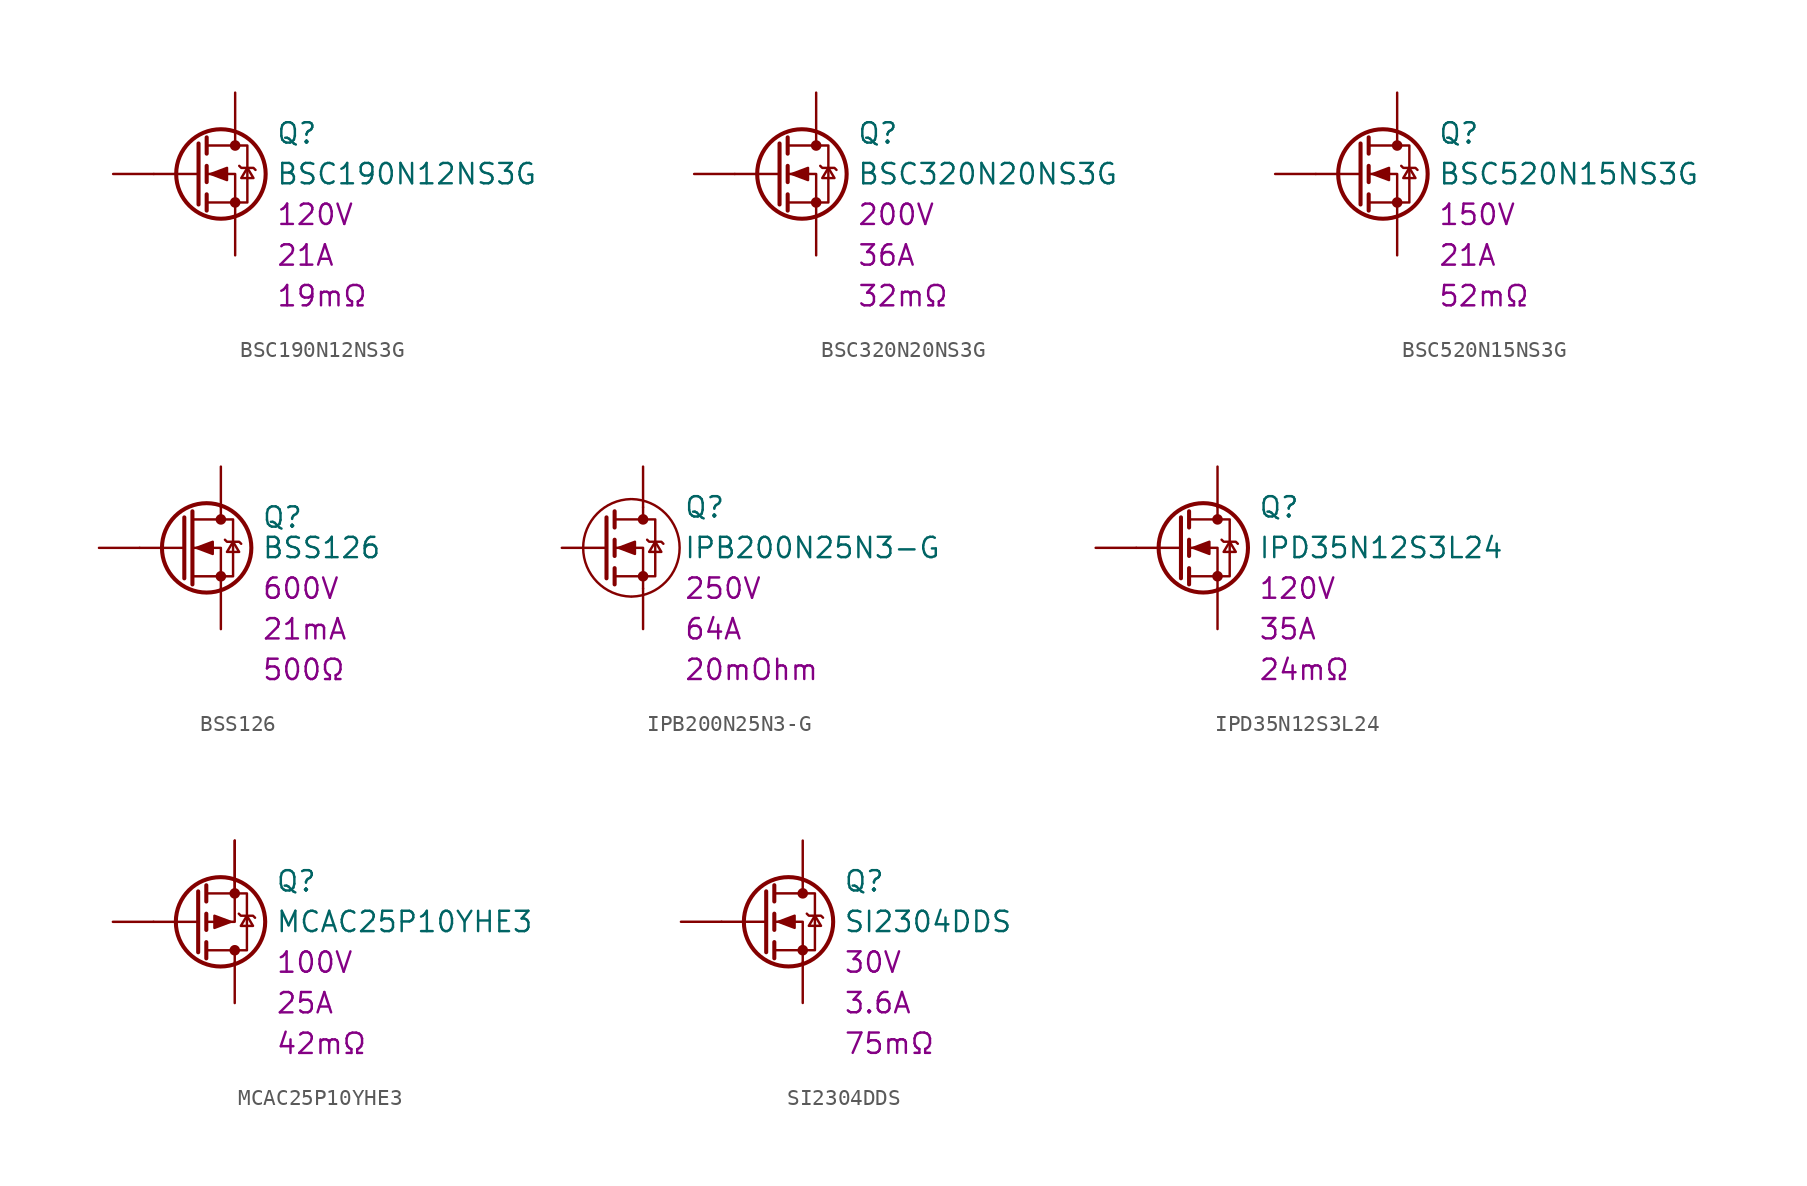
<source format=kicad_sym>
(kicad_symbol_lib
  (version 20220914)
  (generator kicad_symbol_editor)
  (symbol "BSC190N12NS3G"
    (pin_numbers hide)
    (pin_names hide)
    (property "Reference" "Q"
      (at 5.08 2.54 0)
      (effects (font (size 1.27 1.27)) (justify left)))
    (property "Value" "BSC190N12NS3G"
      (at 5.08 0 0)
      (effects (font (size 1.27 1.27)) (justify left)))
    (property "Voltage" "120V"
      (at 5.08 -2.54 0)
      (effects (font (size 1.27 1.27)) (justify left)))
    (property "Current" "21A"
      (at 5.08 -5.08 0)
      (effects (font (size 1.27 1.27)) (justify left)))
    (property "Rds_on" "19mΩ"
      (at 5.08 -7.62 0)
      (effects (font (size 1.27 1.27)) (justify left)))
    (symbol "BSC190N12NS3G_0_0"
      (text "" (at -5.08 -7.62 0) (effects (font (size 1.27 1.27)))))
    (symbol "BSC190N12NS3G_0_1"
      (polyline (pts (xy 0.254 0) (xy -2.54 0)) (stroke (width 0) (type default)) (fill (type none)))
      (polyline (pts (xy 0.254 1.905) (xy 0.254 -1.905)) (stroke (width 0.254) (type default)) (fill (type none)))
      (polyline (pts (xy 0.762 -1.27) (xy 0.762 -2.286)) (stroke (width 0.254) (type default)) (fill (type none)))
      (polyline (pts (xy 0.762 0.508) (xy 0.762 -0.508)) (stroke (width 0.254) (type default)) (fill (type none)))
      (polyline (pts (xy 0.762 2.286) (xy 0.762 1.27)) (stroke (width 0.254) (type default)) (fill (type none)))
      (polyline (pts (xy 2.54 2.54) (xy 2.54 1.778)) (stroke (width 0) (type default)) (fill (type none)))
      (polyline (pts (xy 2.54 -2.54) (xy 2.54 0) (xy 0.762 0)) (stroke (width 0) (type default)) (fill (type none)))
      (polyline (pts (xy 0.762 -1.778) (xy 3.302 -1.778) (xy 3.302 1.778) (xy 0.762 1.778)) (stroke (width 0) (type default)) (fill (type none)))
      (polyline (pts (xy 1.016 0) (xy 2.032 0.381) (xy 2.032 -0.381) (xy 1.016 0)) (stroke (width 0) (type default)) (fill (type outline)))
      (polyline (pts (xy 2.794 0.508) (xy 2.921 0.381) (xy 3.683 0.381) (xy 3.81 0.254)) (stroke (width 0) (type default)) (fill (type none)))
      (polyline (pts (xy 3.302 0.381) (xy 2.921 -0.254) (xy 3.683 -0.254) (xy 3.302 0.381)) (stroke (width 0) (type default)) (fill (type none)))
      (circle (center 1.651 0) (radius 2.794) (stroke (width 0.254) (type default)) (fill (type none)))
      (circle (center 2.54 -1.778) (radius 0.254) (stroke (width 0) (type default)) (fill (type outline)))
      (circle (center 2.54 1.778) (radius 0.254) (stroke (width 0) (type default)) (fill (type outline))))
    (symbol "BSC190N12NS3G_1_1"
      (pin input line (at -5.08 0 0) (length 2.54) (name "G" (effects (font (size 1.27 1.27)))) (number "1" (effects (font (size 1.27 1.27)))))
      (pin passive line (at 2.54 -5.08 90) (length 2.54) (name "S" (effects (font (size 1.27 1.27)))) (number "2" (effects (font (size 1.27 1.27)))))
      (pin passive line (at 2.54 5.08 270) (length 2.54) (name "D" (effects (font (size 1.27 1.27)))) (number "3" (effects (font (size 1.27 1.27)))))))
  (symbol "BSC320N20NS3G"
    (pin_numbers hide)
    (pin_names hide)
    (property "Reference" "Q"
      (at 5.08 2.54 0)
      (effects (font (size 1.27 1.27)) (justify left)))
    (property "Value" "BSC320N20NS3G"
      (at 5.08 0 0)
      (effects (font (size 1.27 1.27)) (justify left)))
    (property "Voltage" "200V"
      (at 5.08 -2.54 0)
      (effects (font (size 1.27 1.27)) (justify left)))
    (property "Current" "36A"
      (at 5.08 -5.08 0)
      (effects (font (size 1.27 1.27)) (justify left)))
    (property "Rds_on" "32mΩ"
      (at 5.08 -7.62 0)
      (effects (font (size 1.27 1.27)) (justify left)))
    (symbol "BSC320N20NS3G_0_0"
      (text "" (at -5.08 -7.62 0) (effects (font (size 1.27 1.27)))))
    (symbol "BSC320N20NS3G_0_1"
      (polyline (pts (xy 0.254 0) (xy -2.54 0)) (stroke (width 0) (type default)) (fill (type none)))
      (polyline (pts (xy 0.254 1.905) (xy 0.254 -1.905)) (stroke (width 0.254) (type default)) (fill (type none)))
      (polyline (pts (xy 0.762 -1.27) (xy 0.762 -2.286)) (stroke (width 0.254) (type default)) (fill (type none)))
      (polyline (pts (xy 0.762 0.508) (xy 0.762 -0.508)) (stroke (width 0.254) (type default)) (fill (type none)))
      (polyline (pts (xy 0.762 2.286) (xy 0.762 1.27)) (stroke (width 0.254) (type default)) (fill (type none)))
      (polyline (pts (xy 2.54 2.54) (xy 2.54 1.778)) (stroke (width 0) (type default)) (fill (type none)))
      (polyline (pts (xy 2.54 -2.54) (xy 2.54 0) (xy 0.762 0)) (stroke (width 0) (type default)) (fill (type none)))
      (polyline (pts (xy 0.762 -1.778) (xy 3.302 -1.778) (xy 3.302 1.778) (xy 0.762 1.778)) (stroke (width 0) (type default)) (fill (type none)))
      (polyline (pts (xy 1.016 0) (xy 2.032 0.381) (xy 2.032 -0.381) (xy 1.016 0)) (stroke (width 0) (type default)) (fill (type outline)))
      (polyline (pts (xy 2.794 0.508) (xy 2.921 0.381) (xy 3.683 0.381) (xy 3.81 0.254)) (stroke (width 0) (type default)) (fill (type none)))
      (polyline (pts (xy 3.302 0.381) (xy 2.921 -0.254) (xy 3.683 -0.254) (xy 3.302 0.381)) (stroke (width 0) (type default)) (fill (type none)))
      (circle (center 1.651 0) (radius 2.794) (stroke (width 0.254) (type default)) (fill (type none)))
      (circle (center 2.54 -1.778) (radius 0.254) (stroke (width 0) (type default)) (fill (type outline)))
      (circle (center 2.54 1.778) (radius 0.254) (stroke (width 0) (type default)) (fill (type outline))))
    (symbol "BSC320N20NS3G_1_1"
      (pin input line (at -5.08 0 0) (length 2.54) (name "G" (effects (font (size 1.27 1.27)))) (number "1" (effects (font (size 1.27 1.27)))))
      (pin passive line (at 2.54 -5.08 90) (length 2.54) (name "S" (effects (font (size 1.27 1.27)))) (number "2" (effects (font (size 1.27 1.27)))))
      (pin passive line (at 2.54 5.08 270) (length 2.54) (name "D" (effects (font (size 1.27 1.27)))) (number "3" (effects (font (size 1.27 1.27)))))))
  (symbol "BSC520N15NS3G"
    (pin_numbers hide)
    (pin_names hide)
    (property "Reference" "Q"
      (at 5.08 2.54 0)
      (effects (font (size 1.27 1.27)) (justify left)))
    (property "Value" "BSC520N15NS3G"
      (at 5.08 0 0)
      (effects (font (size 1.27 1.27)) (justify left)))
    (property "Voltage" "150V"
      (at 5.08 -2.54 0)
      (effects (font (size 1.27 1.27)) (justify left)))
    (property "Current" "21A"
      (at 5.08 -5.08 0)
      (effects (font (size 1.27 1.27)) (justify left)))
    (property "Rds_on" "52mΩ"
      (at 5.08 -7.62 0)
      (effects (font (size 1.27 1.27)) (justify left)))
    (symbol "BSC520N15NS3G_0_0"
      (text "" (at -5.08 -7.62 0) (effects (font (size 1.27 1.27)))))
    (symbol "BSC520N15NS3G_0_1"
      (polyline (pts (xy 0.254 0) (xy -2.54 0)) (stroke (width 0) (type default)) (fill (type none)))
      (polyline (pts (xy 0.254 1.905) (xy 0.254 -1.905)) (stroke (width 0.254) (type default)) (fill (type none)))
      (polyline (pts (xy 0.762 -1.27) (xy 0.762 -2.286)) (stroke (width 0.254) (type default)) (fill (type none)))
      (polyline (pts (xy 0.762 0.508) (xy 0.762 -0.508)) (stroke (width 0.254) (type default)) (fill (type none)))
      (polyline (pts (xy 0.762 2.286) (xy 0.762 1.27)) (stroke (width 0.254) (type default)) (fill (type none)))
      (polyline (pts (xy 2.54 2.54) (xy 2.54 1.778)) (stroke (width 0) (type default)) (fill (type none)))
      (polyline (pts (xy 2.54 -2.54) (xy 2.54 0) (xy 0.762 0)) (stroke (width 0) (type default)) (fill (type none)))
      (polyline (pts (xy 0.762 -1.778) (xy 3.302 -1.778) (xy 3.302 1.778) (xy 0.762 1.778)) (stroke (width 0) (type default)) (fill (type none)))
      (polyline (pts (xy 1.016 0) (xy 2.032 0.381) (xy 2.032 -0.381) (xy 1.016 0)) (stroke (width 0) (type default)) (fill (type outline)))
      (polyline (pts (xy 2.794 0.508) (xy 2.921 0.381) (xy 3.683 0.381) (xy 3.81 0.254)) (stroke (width 0) (type default)) (fill (type none)))
      (polyline (pts (xy 3.302 0.381) (xy 2.921 -0.254) (xy 3.683 -0.254) (xy 3.302 0.381)) (stroke (width 0) (type default)) (fill (type none)))
      (circle (center 1.651 0) (radius 2.794) (stroke (width 0.254) (type default)) (fill (type none)))
      (circle (center 2.54 -1.778) (radius 0.254) (stroke (width 0) (type default)) (fill (type outline)))
      (circle (center 2.54 1.778) (radius 0.254) (stroke (width 0) (type default)) (fill (type outline))))
    (symbol "BSC520N15NS3G_1_1"
      (pin input line (at -5.08 0 0) (length 2.54) (name "G" (effects (font (size 1.27 1.27)))) (number "1" (effects (font (size 1.27 1.27)))))
      (pin passive line (at 2.54 -5.08 90) (length 2.54) (name "S" (effects (font (size 1.27 1.27)))) (number "2" (effects (font (size 1.27 1.27)))))
      (pin passive line (at 2.54 5.08 270) (length 2.54) (name "D" (effects (font (size 1.27 1.27)))) (number "3" (effects (font (size 1.27 1.27)))))))
  (symbol "BSS126"
    (pin_numbers hide)
    (pin_names
      (offset 0) hide)
    (property "Reference" "Q"
      (at 5.08 1.905 0)
      (effects (font (size 1.27 1.27)) (justify left)))
    (property "Value" "BSS126"
      (at 5.08 0 0)
      (effects (font (size 1.27 1.27)) (justify left)))
    (property "Voltage" "600V"
      (at 5.08 -2.54 0)
      (effects (font (size 1.27 1.27)) (justify left)))
    (property "Current" "21mA"
      (at 5.08 -5.08 0)
      (effects (font (size 1.27 1.27)) (justify left)))
    (property "Rds_on" "500Ω"
      (at 5.08 -7.62 0)
      (effects (font (size 1.27 1.27)) (justify left)))
    (symbol "BSS126_0_1"
      (polyline (pts (xy 0.254 0) (xy -2.54 0)) (stroke (width 0) (type default)) (fill (type none)))
      (polyline (pts (xy 0.254 1.905) (xy 0.254 -1.905)) (stroke (width 0.254) (type default)) (fill (type none)))
      (polyline (pts (xy 0.762 2.286) (xy 0.762 -2.286)) (stroke (width 0.254) (type default)) (fill (type none)))
      (polyline (pts (xy 2.54 2.54) (xy 2.54 1.778)) (stroke (width 0) (type default)) (fill (type none)))
      (polyline (pts (xy 2.54 -2.54) (xy 2.54 0) (xy 0.762 0)) (stroke (width 0) (type default)) (fill (type none)))
      (polyline (pts (xy 0.762 -1.778) (xy 3.302 -1.778) (xy 3.302 1.778) (xy 0.762 1.778)) (stroke (width 0) (type default)) (fill (type none)))
      (polyline (pts (xy 1.016 0) (xy 2.032 0.381) (xy 2.032 -0.381) (xy 1.016 0)) (stroke (width 0) (type default)) (fill (type outline)))
      (polyline (pts (xy 2.794 0.508) (xy 2.921 0.381) (xy 3.683 0.381) (xy 3.81 0.254)) (stroke (width 0) (type default)) (fill (type none)))
      (polyline (pts (xy 3.302 0.381) (xy 2.921 -0.254) (xy 3.683 -0.254) (xy 3.302 0.381)) (stroke (width 0) (type default)) (fill (type none)))
      (circle (center 1.651 0) (radius 2.794) (stroke (width 0.254) (type default)) (fill (type none)))
      (circle (center 2.54 -1.778) (radius 0.254) (stroke (width 0) (type default)) (fill (type outline)))
      (circle (center 2.54 1.778) (radius 0.254) (stroke (width 0) (type default)) (fill (type outline))))
    (symbol "BSS126_1_1"
      (pin input line (at -5.08 0 0) (length 2.54) (name "G" (effects (font (size 1.27 1.27)))) (number "1" (effects (font (size 1.27 1.27)))))
      (pin passive line (at 2.54 -5.08 90) (length 2.54) (name "S" (effects (font (size 1.27 1.27)))) (number "2" (effects (font (size 1.27 1.27)))))
      (pin passive line (at 2.54 5.08 270) (length 2.54) (name "D" (effects (font (size 1.27 1.27)))) (number "3" (effects (font (size 1.27 1.27)))))))
  (symbol "IPB200N25N3-G"
    (pin_numbers hide)
    (pin_names hide)
    (property "Reference" "Q"
      (at 5.08 2.54 0)
      (effects (font (size 1.27 1.27)) (justify left)))
    (property "Value" "IPB200N25N3-G"
      (at 5.08 0 0)
      (effects (font (size 1.27 1.27)) (justify left)))
    (property "Voltage" "250V"
      (at 5.08 -2.54 0)
      (effects (font (size 1.27 1.27)) (justify left)))
    (property "Current" "64A"
      (at 5.08 -5.08 0)
      (effects (font (size 1.27 1.27)) (justify left)))
    (property "Rds_on" "20mOhm"
      (at 5.08 -7.62 0)
      (effects (font (size 1.27 1.27)) (justify left)))
    (symbol "IPB200N25N3-G_0_0"
      (text "" (at -5.08 -7.62 0) (effects (font (size 1.27 1.27)))))
    (symbol "IPB200N25N3-G_0_1"
      (polyline (pts (xy 0.254 1.905) (xy 0.254 -1.905)) (stroke (width 0.254) (type default)) (fill (type none)))
      (polyline (pts (xy 0.762 -1.27) (xy 0.762 -2.286)) (stroke (width 0.254) (type default)) (fill (type none)))
      (polyline (pts (xy 0.762 0.508) (xy 0.762 -0.508)) (stroke (width 0.254) (type default)) (fill (type none)))
      (polyline (pts (xy 0.762 2.286) (xy 0.762 1.27)) (stroke (width 0.254) (type default)) (fill (type none)))
      (polyline (pts (xy 2.54 2.54) (xy 2.54 1.778)) (stroke (width 0) (type default)) (fill (type none)))
      (polyline (pts (xy 2.54 -2.54) (xy 2.54 0) (xy 0.762 0)) (stroke (width 0) (type default)) (fill (type none)))
      (polyline (pts (xy 0.762 -1.778) (xy 3.302 -1.778) (xy 3.302 1.778) (xy 0.762 1.778)) (stroke (width 0) (type default)) (fill (type none)))
      (polyline (pts (xy 1.016 0) (xy 2.032 0.381) (xy 2.032 -0.381) (xy 1.016 0)) (stroke (width 0) (type default)) (fill (type outline)))
      (polyline (pts (xy 2.794 0.508) (xy 2.921 0.381) (xy 3.683 0.381) (xy 3.81 0.254)) (stroke (width 0) (type default)) (fill (type none)))
      (polyline (pts (xy 3.302 0.381) (xy 2.921 -0.254) (xy 3.683 -0.254) (xy 3.302 0.381)) (stroke (width 0) (type default)) (fill (type none)))
      (arc (start 1.778 3.048) (mid -1.2054 0) (end 1.778 -3.048) (stroke (width 0) (type default)) (fill (type none)))
      (arc (start 1.8433 -3.048) (mid 4.8267 0) (end 1.8433 3.048) (stroke (width 0) (type default)) (fill (type none)))
      (circle (center 2.54 -1.778) (radius 0.254) (stroke (width 0) (type default)) (fill (type outline)))
      (circle (center 2.54 1.778) (radius 0.254) (stroke (width 0) (type default)) (fill (type outline))))
    (symbol "IPB200N25N3-G_1_1"
      (pin input line (at -2.54 0 0) (length 2.794) (name "G" (effects (font (size 1.27 1.27)))) (number "1" (effects (font (size 1.27 1.27)))))
      (pin passive line (at 2.54 5.08 270) (length 2.54) (name "D" (effects (font (size 1.27 1.27)))) (number "2" (effects (font (size 1.27 1.27)))))
      (pin passive line (at 2.54 -5.08 90) (length 2.54) (name "S" (effects (font (size 1.27 1.27)))) (number "3" (effects (font (size 1.27 1.27)))))))
  (symbol "IPD35N12S3L24"
    (pin_numbers hide)
    (pin_names hide)
    (property "Reference" "Q"
      (at 5.08 2.54 0)
      (effects (font (size 1.27 1.27)) (justify left)))
    (property "Value" "IPD35N12S3L24"
      (at 5.08 0 0)
      (effects (font (size 1.27 1.27)) (justify left)))
    (property "Voltage" "120V"
      (at 5.08 -2.54 0)
      (effects (font (size 1.27 1.27)) (justify left)))
    (property "Current" "35A"
      (at 5.08 -5.08 0)
      (effects (font (size 1.27 1.27)) (justify left)))
    (property "Rds_on" "24mΩ"
      (at 5.08 -7.62 0)
      (effects (font (size 1.27 1.27)) (justify left)))
    (symbol "IPD35N12S3L24_0_1"
      (polyline (pts (xy 0.254 0) (xy -2.54 0)) (stroke (width 0) (type default)) (fill (type none)))
      (polyline (pts (xy 0.254 1.905) (xy 0.254 -1.905)) (stroke (width 0.254) (type default)) (fill (type none)))
      (polyline (pts (xy 0.762 -1.27) (xy 0.762 -2.286)) (stroke (width 0.254) (type default)) (fill (type none)))
      (polyline (pts (xy 0.762 0.508) (xy 0.762 -0.508)) (stroke (width 0.254) (type default)) (fill (type none)))
      (polyline (pts (xy 0.762 2.286) (xy 0.762 1.27)) (stroke (width 0.254) (type default)) (fill (type none)))
      (polyline (pts (xy 2.54 2.54) (xy 2.54 1.778)) (stroke (width 0) (type default)) (fill (type none)))
      (polyline (pts (xy 2.54 -2.54) (xy 2.54 0) (xy 0.762 0)) (stroke (width 0) (type default)) (fill (type none)))
      (polyline (pts (xy 0.762 -1.778) (xy 3.302 -1.778) (xy 3.302 1.778) (xy 0.762 1.778)) (stroke (width 0) (type default)) (fill (type none)))
      (polyline (pts (xy 1.016 0) (xy 2.032 0.381) (xy 2.032 -0.381) (xy 1.016 0)) (stroke (width 0) (type default)) (fill (type outline)))
      (polyline (pts (xy 2.794 0.508) (xy 2.921 0.381) (xy 3.683 0.381) (xy 3.81 0.254)) (stroke (width 0) (type default)) (fill (type none)))
      (polyline (pts (xy 3.302 0.381) (xy 2.921 -0.254) (xy 3.683 -0.254) (xy 3.302 0.381)) (stroke (width 0) (type default)) (fill (type none)))
      (circle (center 1.651 0) (radius 2.794) (stroke (width 0.254) (type default)) (fill (type none)))
      (circle (center 2.54 -1.778) (radius 0.254) (stroke (width 0) (type default)) (fill (type outline)))
      (circle (center 2.54 1.778) (radius 0.254) (stroke (width 0) (type default)) (fill (type outline))))
    (symbol "IPD35N12S3L24_1_1"
      (pin input line (at -5.08 0 0) (length 2.54) (name "G" (effects (font (size 1.27 1.27)))) (number "1" (effects (font (size 1.27 1.27)))))
      (pin passive line (at 2.54 5.08 270) (length 2.54) (name "D" (effects (font (size 1.27 1.27)))) (number "2" (effects (font (size 1.27 1.27)))))
      (pin passive line (at 2.54 -5.08 90) (length 2.54) (name "S" (effects (font (size 1.27 1.27)))) (number "3" (effects (font (size 1.27 1.27)))))))
  (symbol "MCAC25P10YHE3"
    (pin_numbers hide)
    (pin_names
      (offset 0.002) hide)
    (property "Reference" "Q"
      (at 5.08 2.54 0)
      (effects (font (size 1.27 1.27)) (justify left)))
    (property "Value" "MCAC25P10YHE3"
      (at 5.08 0 0)
      (effects (font (size 1.27 1.27)) (justify left)))
    (property "Voltage" "100V"
      (at 5.08 -2.54 0)
      (effects (font (size 1.27 1.27)) (justify left)))
    (property "Current" "25A"
      (at 5.08 -5.08 0)
      (effects (font (size 1.27 1.27)) (justify left)))
    (property "Rds_on" "42mΩ"
      (at 5.08 -7.62 0)
      (effects (font (size 1.27 1.27)) (justify left)))
    (symbol "MCAC25P10YHE3_0_0"
      (text "" (at -5.08 -7.62 0) (effects (font (size 1.27 1.27)))))
    (symbol "MCAC25P10YHE3_0_1"
      (polyline (pts (xy 0.254 0) (xy -2.54 0)) (stroke (width 0) (type default)) (fill (type none)))
      (polyline (pts (xy 0.254 1.905) (xy 0.254 -1.905)) (stroke (width 0.254) (type default)) (fill (type none)))
      (polyline (pts (xy 0.762 -1.27) (xy 0.762 -2.286)) (stroke (width 0.254) (type default)) (fill (type none)))
      (polyline (pts (xy 0.762 0.508) (xy 0.762 -0.508)) (stroke (width 0.254) (type default)) (fill (type none)))
      (polyline (pts (xy 0.762 2.286) (xy 0.762 1.27)) (stroke (width 0.254) (type default)) (fill (type none)))
      (polyline (pts (xy 2.54 -1.905) (xy 2.54 -2.54)) (stroke (width 0) (type default)) (fill (type none)))
      (polyline (pts (xy 2.54 2.54) (xy 2.54 1.778)) (stroke (width 0) (type default)) (fill (type none)))
      (polyline (pts (xy 2.54 2.54) (xy 2.54 0) (xy 0.762 0)) (stroke (width 0) (type default)) (fill (type none)))
      (polyline (pts (xy 0.762 -1.778) (xy 3.302 -1.778) (xy 3.302 1.778) (xy 0.762 1.778)) (stroke (width 0) (type default)) (fill (type none)))
      (polyline (pts (xy 2.286 0) (xy 1.27 -0.381) (xy 1.27 0.381) (xy 2.286 0)) (stroke (width 0) (type default)) (fill (type outline)))
      (polyline (pts (xy 2.794 0.508) (xy 2.921 0.381) (xy 3.683 0.381) (xy 3.81 0.254)) (stroke (width 0) (type default)) (fill (type none)))
      (polyline (pts (xy 3.302 0.381) (xy 2.921 -0.254) (xy 3.683 -0.254) (xy 3.302 0.381)) (stroke (width 0) (type default)) (fill (type none)))
      (circle (center 1.651 0) (radius 2.794) (stroke (width 0.254) (type default)) (fill (type none)))
      (circle (center 2.54 -1.778) (radius 0.254) (stroke (width 0) (type default)) (fill (type outline)))
      (circle (center 2.54 1.778) (radius 0.254) (stroke (width 0) (type default)) (fill (type outline))))
    (symbol "MCAC25P10YHE3_1_0"
      (pin passive line (at 2.54 5.08 270) (length 2.54) (name "S" (effects (font (size 1.27 1.27)))) (number "2" (effects (font (size 1.27 1.27)))))
      (pin passive line (at 2.54 5.08 270) (length 2.54) hide (name "S" (effects (font (size 1.27 1.27)))) (number "3" (effects (font (size 1.27 1.27))))))
    (symbol "MCAC25P10YHE3_1_1"
      (pin passive line (at 2.54 5.08 270) (length 2.54) (name "S" (effects (font (size 1.27 1.27)))) (number "1" (effects (font (size 1.27 1.27)))))
      (pin passive line (at -5.08 0 0) (length 2.54) (name "G" (effects (font (size 1.27 1.27)))) (number "4" (effects (font (size 1.27 1.27)))))
      (pin passive line (at 2.54 -5.08 90) (length 2.54) (name "D" (effects (font (size 1.27 1.27)))) (number "5" (effects (font (size 1.27 1.27)))))))
  (symbol "SI2304DDS"
    (pin_numbers hide)
    (pin_names hide)
    (property "Reference" "Q"
      (at 5.08 2.54 0)
      (effects (font (size 1.27 1.27)) (justify left)))
    (property "Value" "SI2304DDS"
      (at 5.08 0 0)
      (effects (font (size 1.27 1.27)) (justify left)))
    (property "Voltage" "30V"
      (at 5.08 -2.54 0)
      (effects (font (size 1.27 1.27)) (justify left)))
    (property "Current" "3.6A"
      (at 5.08 -5.08 0)
      (effects (font (size 1.27 1.27)) (justify left)))
    (property "Rds_on" "75mΩ"
      (at 5.08 -7.62 0)
      (effects (font (size 1.27 1.27)) (justify left)))
    (symbol "SI2304DDS_0_1"
      (polyline (pts (xy 0.254 0) (xy -2.54 0)) (stroke (width 0) (type default)) (fill (type none)))
      (polyline (pts (xy 0.254 1.905) (xy 0.254 -1.905)) (stroke (width 0.254) (type default)) (fill (type none)))
      (polyline (pts (xy 0.762 -1.27) (xy 0.762 -2.286)) (stroke (width 0.254) (type default)) (fill (type none)))
      (polyline (pts (xy 0.762 0.508) (xy 0.762 -0.508)) (stroke (width 0.254) (type default)) (fill (type none)))
      (polyline (pts (xy 0.762 2.286) (xy 0.762 1.27)) (stroke (width 0.254) (type default)) (fill (type none)))
      (polyline (pts (xy 2.54 2.54) (xy 2.54 1.778)) (stroke (width 0) (type default)) (fill (type none)))
      (polyline (pts (xy 2.54 -2.54) (xy 2.54 0) (xy 0.762 0)) (stroke (width 0) (type default)) (fill (type none)))
      (polyline (pts (xy 0.762 -1.778) (xy 3.302 -1.778) (xy 3.302 1.778) (xy 0.762 1.778)) (stroke (width 0) (type default)) (fill (type none)))
      (polyline (pts (xy 1.016 0) (xy 2.032 0.381) (xy 2.032 -0.381) (xy 1.016 0)) (stroke (width 0) (type default)) (fill (type outline)))
      (polyline (pts (xy 2.794 0.508) (xy 2.921 0.381) (xy 3.683 0.381) (xy 3.81 0.254)) (stroke (width 0) (type default)) (fill (type none)))
      (polyline (pts (xy 3.302 0.381) (xy 2.921 -0.254) (xy 3.683 -0.254) (xy 3.302 0.381)) (stroke (width 0) (type default)) (fill (type none)))
      (circle (center 1.651 0) (radius 2.794) (stroke (width 0.254) (type default)) (fill (type none)))
      (circle (center 2.54 -1.778) (radius 0.254) (stroke (width 0) (type default)) (fill (type outline)))
      (circle (center 2.54 1.778) (radius 0.254) (stroke (width 0) (type default)) (fill (type outline))))
    (symbol "SI2304DDS_1_1"
      (pin input line (at -5.08 0 0) (length 2.54) (name "G" (effects (font (size 1.27 1.27)))) (number "1" (effects (font (size 1.27 1.27)))))
      (pin passive line (at 2.54 -5.08 90) (length 2.54) (name "S" (effects (font (size 1.27 1.27)))) (number "2" (effects (font (size 1.27 1.27)))))
      (pin passive line (at 2.54 5.08 270) (length 2.54) (name "D" (effects (font (size 1.27 1.27)))) (number "3" (effects (font (size 1.27 1.27))))))))
</source>
